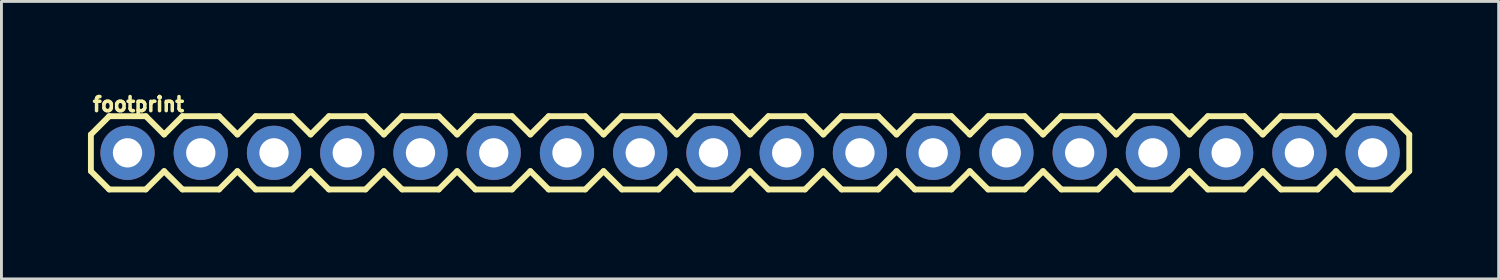
<source format=kicad_pcb>
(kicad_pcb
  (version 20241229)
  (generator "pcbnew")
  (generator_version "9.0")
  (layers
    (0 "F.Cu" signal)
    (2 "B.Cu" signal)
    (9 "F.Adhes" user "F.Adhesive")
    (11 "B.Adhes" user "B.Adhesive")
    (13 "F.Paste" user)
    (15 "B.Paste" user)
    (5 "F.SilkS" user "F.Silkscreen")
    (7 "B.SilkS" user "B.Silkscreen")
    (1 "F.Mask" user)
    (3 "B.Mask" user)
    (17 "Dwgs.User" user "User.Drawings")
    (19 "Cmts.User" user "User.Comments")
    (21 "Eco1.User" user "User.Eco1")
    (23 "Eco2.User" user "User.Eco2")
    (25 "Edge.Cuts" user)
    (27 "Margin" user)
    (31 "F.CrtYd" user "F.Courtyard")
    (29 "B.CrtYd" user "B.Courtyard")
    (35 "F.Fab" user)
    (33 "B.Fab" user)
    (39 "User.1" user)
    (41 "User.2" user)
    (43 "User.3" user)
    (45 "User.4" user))
  (footprint "footprint"
    (layer "F.Cu")
    (at 1.372 2.25)
    (property "Reference" "footprint" (at -1.27 -1.397 0) (layer "F.SilkS") (effects (font (size 0.488 0.488) (thickness 0.122)) (justify left bottom)))
    (fp_line (start -1.27 -0.635) (end -1.27 0.635) (stroke (width 0.203) (type solid)) (layer "F.SilkS"))
    (fp_line (start -1.27 0.635) (end -0.635 1.27) (stroke (width 0.203) (type solid)) (layer "F.SilkS"))
    (fp_line (start -0.635 -1.27) (end -1.27 -0.635) (stroke (width 0.203) (type solid)) (layer "F.SilkS"))
    (fp_line (start -0.635 -1.27) (end 0.635 -1.27) (stroke (width 0.203) (type solid)) (layer "F.SilkS"))
    (fp_line (start 0.635 -1.27) (end 1.27 -0.635) (stroke (width 0.203) (type solid)) (layer "F.SilkS"))
    (fp_line (start 0.635 1.27) (end -0.635 1.27) (stroke (width 0.203) (type solid)) (layer "F.SilkS"))
    (fp_line (start 1.27 -0.635) (end 1.905 -1.27) (stroke (width 0.203) (type solid)) (layer "F.SilkS"))
    (fp_line (start 1.27 0.635) (end 0.635 1.27) (stroke (width 0.203) (type solid)) (layer "F.SilkS"))
    (fp_line (start 1.905 -1.27) (end 3.175 -1.27) (stroke (width 0.203) (type solid)) (layer "F.SilkS"))
    (fp_line (start 1.905 1.27) (end 1.27 0.635) (stroke (width 0.203) (type solid)) (layer "F.SilkS"))
    (fp_line (start 3.175 -1.27) (end 3.81 -0.635) (stroke (width 0.203) (type solid)) (layer "F.SilkS"))
    (fp_line (start 3.175 1.27) (end 1.905 1.27) (stroke (width 0.203) (type solid)) (layer "F.SilkS"))
    (fp_line (start 3.81 -0.635) (end 4.445 -1.27) (stroke (width 0.203) (type solid)) (layer "F.SilkS"))
    (fp_line (start 3.81 0.635) (end 3.175 1.27) (stroke (width 0.203) (type solid)) (layer "F.SilkS"))
    (fp_line (start 4.445 -1.27) (end 5.715 -1.27) (stroke (width 0.203) (type solid)) (layer "F.SilkS"))
    (fp_line (start 4.445 1.27) (end 3.81 0.635) (stroke (width 0.203) (type solid)) (layer "F.SilkS"))
    (fp_line (start 5.715 -1.27) (end 6.35 -0.635) (stroke (width 0.203) (type solid)) (layer "F.SilkS"))
    (fp_line (start 5.715 1.27) (end 4.445 1.27) (stroke (width 0.203) (type solid)) (layer "F.SilkS"))
    (fp_line (start 6.35 0.635) (end 5.715 1.27) (stroke (width 0.203) (type solid)) (layer "F.SilkS"))
    (fp_line (start 6.35 0.635) (end 6.985 1.27) (stroke (width 0.203) (type solid)) (layer "F.SilkS"))
    (fp_line (start 6.985 -1.27) (end 6.35 -0.635) (stroke (width 0.203) (type solid)) (layer "F.SilkS"))
    (fp_line (start 6.985 -1.27) (end 8.255 -1.27) (stroke (width 0.203) (type solid)) (layer "F.SilkS"))
    (fp_line (start 8.255 -1.27) (end 8.89 -0.635) (stroke (width 0.203) (type solid)) (layer "F.SilkS"))
    (fp_line (start 8.255 1.27) (end 6.985 1.27) (stroke (width 0.203) (type solid)) (layer "F.SilkS"))
    (fp_line (start 8.89 -0.635) (end 9.525 -1.27) (stroke (width 0.203) (type solid)) (layer "F.SilkS"))
    (fp_line (start 8.89 0.635) (end 8.255 1.27) (stroke (width 0.203) (type solid)) (layer "F.SilkS"))
    (fp_line (start 9.525 -1.27) (end 10.795 -1.27) (stroke (width 0.203) (type solid)) (layer "F.SilkS"))
    (fp_line (start 9.525 1.27) (end 8.89 0.635) (stroke (width 0.203) (type solid)) (layer "F.SilkS"))
    (fp_line (start 10.795 -1.27) (end 11.43 -0.635) (stroke (width 0.203) (type solid)) (layer "F.SilkS"))
    (fp_line (start 10.795 1.27) (end 9.525 1.27) (stroke (width 0.203) (type solid)) (layer "F.SilkS"))
    (fp_line (start 11.43 -0.635) (end 12.065 -1.27) (stroke (width 0.203) (type solid)) (layer "F.SilkS"))
    (fp_line (start 11.43 0.635) (end 10.795 1.27) (stroke (width 0.203) (type solid)) (layer "F.SilkS"))
    (fp_line (start 12.065 -1.27) (end 13.335 -1.27) (stroke (width 0.203) (type solid)) (layer "F.SilkS"))
    (fp_line (start 12.065 1.27) (end 11.43 0.635) (stroke (width 0.203) (type solid)) (layer "F.SilkS"))
    (fp_line (start 13.335 -1.27) (end 13.97 -0.635) (stroke (width 0.203) (type solid)) (layer "F.SilkS"))
    (fp_line (start 13.335 1.27) (end 12.065 1.27) (stroke (width 0.203) (type solid)) (layer "F.SilkS"))
    (fp_line (start 13.97 0.635) (end 13.335 1.27) (stroke (width 0.203) (type solid)) (layer "F.SilkS"))
    (fp_line (start 13.97 0.635) (end 14.605 1.27) (stroke (width 0.203) (type solid)) (layer "F.SilkS"))
    (fp_line (start 14.605 -1.27) (end 13.97 -0.635) (stroke (width 0.203) (type solid)) (layer "F.SilkS"))
    (fp_line (start 14.605 -1.27) (end 15.875 -1.27) (stroke (width 0.203) (type solid)) (layer "F.SilkS"))
    (fp_line (start 15.875 -1.27) (end 16.51 -0.635) (stroke (width 0.203) (type solid)) (layer "F.SilkS"))
    (fp_line (start 15.875 1.27) (end 14.605 1.27) (stroke (width 0.203) (type solid)) (layer "F.SilkS"))
    (fp_line (start 16.51 0.635) (end 15.875 1.27) (stroke (width 0.203) (type solid)) (layer "F.SilkS"))
    (fp_line (start 16.51 0.635) (end 17.145 1.27) (stroke (width 0.203) (type solid)) (layer "F.SilkS"))
    (fp_line (start 17.145 -1.27) (end 16.51 -0.635) (stroke (width 0.203) (type solid)) (layer "F.SilkS"))
    (fp_line (start 17.145 -1.27) (end 18.415 -1.27) (stroke (width 0.203) (type solid)) (layer "F.SilkS"))
    (fp_line (start 18.415 -1.27) (end 19.05 -0.635) (stroke (width 0.203) (type solid)) (layer "F.SilkS"))
    (fp_line (start 18.415 1.27) (end 17.145 1.27) (stroke (width 0.203) (type solid)) (layer "F.SilkS"))
    (fp_line (start 19.05 -0.635) (end 19.685 -1.27) (stroke (width 0.203) (type solid)) (layer "F.SilkS"))
    (fp_line (start 19.05 0.635) (end 18.415 1.27) (stroke (width 0.203) (type solid)) (layer "F.SilkS"))
    (fp_line (start 19.685 -1.27) (end 20.955 -1.27) (stroke (width 0.203) (type solid)) (layer "F.SilkS"))
    (fp_line (start 19.685 1.27) (end 19.05 0.635) (stroke (width 0.203) (type solid)) (layer "F.SilkS"))
    (fp_line (start 20.955 -1.27) (end 21.59 -0.635) (stroke (width 0.203) (type solid)) (layer "F.SilkS"))
    (fp_line (start 20.955 1.27) (end 19.685 1.27) (stroke (width 0.203) (type solid)) (layer "F.SilkS"))
    (fp_line (start 21.59 -0.635) (end 22.225 -1.27) (stroke (width 0.203) (type solid)) (layer "F.SilkS"))
    (fp_line (start 21.59 0.635) (end 20.955 1.27) (stroke (width 0.203) (type solid)) (layer "F.SilkS"))
    (fp_line (start 22.225 -1.27) (end 23.495 -1.27) (stroke (width 0.203) (type solid)) (layer "F.SilkS"))
    (fp_line (start 22.225 1.27) (end 21.59 0.635) (stroke (width 0.203) (type solid)) (layer "F.SilkS"))
    (fp_line (start 23.495 -1.27) (end 24.13 -0.635) (stroke (width 0.203) (type solid)) (layer "F.SilkS"))
    (fp_line (start 23.495 1.27) (end 22.225 1.27) (stroke (width 0.203) (type solid)) (layer "F.SilkS"))
    (fp_line (start 24.13 0.635) (end 23.495 1.27) (stroke (width 0.203) (type solid)) (layer "F.SilkS"))
    (fp_line (start 24.13 0.635) (end 24.765 1.27) (stroke (width 0.203) (type solid)) (layer "F.SilkS"))
    (fp_line (start 24.765 -1.27) (end 24.13 -0.635) (stroke (width 0.203) (type solid)) (layer "F.SilkS"))
    (fp_line (start 24.765 -1.27) (end 26.035 -1.27) (stroke (width 0.203) (type solid)) (layer "F.SilkS"))
    (fp_line (start 26.035 -1.27) (end 26.67 -0.635) (stroke (width 0.203) (type solid)) (layer "F.SilkS"))
    (fp_line (start 26.035 1.27) (end 24.765 1.27) (stroke (width 0.203) (type solid)) (layer "F.SilkS"))
    (fp_line (start 26.67 -0.635) (end 27.305 -1.27) (stroke (width 0.203) (type solid)) (layer "F.SilkS"))
    (fp_line (start 26.67 0.635) (end 26.035 1.27) (stroke (width 0.203) (type solid)) (layer "F.SilkS"))
    (fp_line (start 27.305 -1.27) (end 28.575 -1.27) (stroke (width 0.203) (type solid)) (layer "F.SilkS"))
    (fp_line (start 27.305 1.27) (end 26.67 0.635) (stroke (width 0.203) (type solid)) (layer "F.SilkS"))
    (fp_line (start 28.575 -1.27) (end 29.21 -0.635) (stroke (width 0.203) (type solid)) (layer "F.SilkS"))
    (fp_line (start 28.575 1.27) (end 27.305 1.27) (stroke (width 0.203) (type solid)) (layer "F.SilkS"))
    (fp_line (start 29.21 -0.635) (end 29.845 -1.27) (stroke (width 0.203) (type solid)) (layer "F.SilkS"))
    (fp_line (start 29.21 0.635) (end 28.575 1.27) (stroke (width 0.203) (type solid)) (layer "F.SilkS"))
    (fp_line (start 29.845 -1.27) (end 31.115 -1.27) (stroke (width 0.203) (type solid)) (layer "F.SilkS"))
    (fp_line (start 29.845 1.27) (end 29.21 0.635) (stroke (width 0.203) (type solid)) (layer "F.SilkS"))
    (fp_line (start 31.115 -1.27) (end 31.75 -0.635) (stroke (width 0.203) (type solid)) (layer "F.SilkS"))
    (fp_line (start 31.115 1.27) (end 29.845 1.27) (stroke (width 0.203) (type solid)) (layer "F.SilkS"))
    (fp_line (start 31.75 0.635) (end 31.115 1.27) (stroke (width 0.203) (type solid)) (layer "F.SilkS"))
    (fp_line (start 31.75 0.635) (end 32.385 1.27) (stroke (width 0.203) (type solid)) (layer "F.SilkS"))
    (fp_line (start 32.385 -1.27) (end 31.75 -0.635) (stroke (width 0.203) (type solid)) (layer "F.SilkS"))
    (fp_line (start 32.385 -1.27) (end 33.655 -1.27) (stroke (width 0.203) (type solid)) (layer "F.SilkS"))
    (fp_line (start 33.655 -1.27) (end 34.29 -0.635) (stroke (width 0.203) (type solid)) (layer "F.SilkS"))
    (fp_line (start 33.655 1.27) (end 32.385 1.27) (stroke (width 0.203) (type solid)) (layer "F.SilkS"))
    (fp_line (start 34.29 0.635) (end 33.655 1.27) (stroke (width 0.203) (type solid)) (layer "F.SilkS"))
    (fp_line (start 34.29 0.635) (end 34.925 1.27) (stroke (width 0.203) (type solid)) (layer "F.SilkS"))
    (fp_line (start 34.925 -1.27) (end 34.29 -0.635) (stroke (width 0.203) (type solid)) (layer "F.SilkS"))
    (fp_line (start 34.925 -1.27) (end 36.195 -1.27) (stroke (width 0.203) (type solid)) (layer "F.SilkS"))
    (fp_line (start 36.195 -1.27) (end 36.83 -0.635) (stroke (width 0.203) (type solid)) (layer "F.SilkS"))
    (fp_line (start 36.195 1.27) (end 34.925 1.27) (stroke (width 0.203) (type solid)) (layer "F.SilkS"))
    (fp_line (start 36.83 0.635) (end 36.195 1.27) (stroke (width 0.203) (type solid)) (layer "F.SilkS"))
    (fp_line (start 36.83 0.635) (end 37.465 1.27) (stroke (width 0.203) (type solid)) (layer "F.SilkS"))
    (fp_line (start 37.465 -1.27) (end 36.83 -0.635) (stroke (width 0.203) (type solid)) (layer "F.SilkS"))
    (fp_line (start 37.465 -1.27) (end 38.735 -1.27) (stroke (width 0.203) (type solid)) (layer "F.SilkS"))
    (fp_line (start 38.735 -1.27) (end 39.37 -0.635) (stroke (width 0.203) (type solid)) (layer "F.SilkS"))
    (fp_line (start 38.735 1.27) (end 37.465 1.27) (stroke (width 0.203) (type solid)) (layer "F.SilkS"))
    (fp_line (start 39.37 0.635) (end 38.735 1.27) (stroke (width 0.203) (type solid)) (layer "F.SilkS"))
    (fp_line (start 39.37 0.635) (end 40.005 1.27) (stroke (width 0.203) (type solid)) (layer "F.SilkS"))
    (fp_line (start 40.005 -1.27) (end 39.37 -0.635) (stroke (width 0.203) (type solid)) (layer "F.SilkS"))
    (fp_line (start 40.005 -1.27) (end 41.275 -1.27) (stroke (width 0.203) (type solid)) (layer "F.SilkS"))
    (fp_line (start 41.275 -1.27) (end 41.91 -0.635) (stroke (width 0.203) (type solid)) (layer "F.SilkS"))
    (fp_line (start 41.275 1.27) (end 40.005 1.27) (stroke (width 0.203) (type solid)) (layer "F.SilkS"))
    (fp_line (start 41.91 0.635) (end 41.275 1.27) (stroke (width 0.203) (type solid)) (layer "F.SilkS"))
    (fp_line (start 41.91 0.635) (end 42.545 1.27) (stroke (width 0.203) (type solid)) (layer "F.SilkS"))
    (fp_line (start 42.545 -1.27) (end 41.91 -0.635) (stroke (width 0.203) (type solid)) (layer "F.SilkS"))
    (fp_line (start 42.545 -1.27) (end 43.815 -1.27) (stroke (width 0.203) (type solid)) (layer "F.SilkS"))
    (fp_line (start 43.815 -1.27) (end 44.45 -0.635) (stroke (width 0.203) (type solid)) (layer "F.SilkS"))
    (fp_line (start 43.815 1.27) (end 42.545 1.27) (stroke (width 0.203) (type solid)) (layer "F.SilkS"))
    (fp_line (start 44.45 -0.635) (end 44.45 0.635) (stroke (width 0.203) (type solid)) (layer "F.SilkS"))
    (fp_line (start 44.45 0.635) (end 43.815 1.27) (stroke (width 0.203) (type solid)) (layer "F.SilkS"))
    (fp_poly (pts (xy -0.254 0.254) (xy 0.254 0.254) (xy 0.254 -0.254) (xy -0.254 -0.254)) (stroke (width 0.1) (type solid)) (fill no) (layer "F.Fab"))
    (fp_poly (pts (xy 2.286 0.254) (xy 2.794 0.254) (xy 2.794 -0.254) (xy 2.286 -0.254)) (stroke (width 0.1) (type solid)) (fill no) (layer "F.Fab"))
    (fp_poly (pts (xy 4.826 0.254) (xy 5.334 0.254) (xy 5.334 -0.254) (xy 4.826 -0.254)) (stroke (width 0.1) (type solid)) (fill no) (layer "F.Fab"))
    (fp_poly (pts (xy 7.366 0.254) (xy 7.874 0.254) (xy 7.874 -0.254) (xy 7.366 -0.254)) (stroke (width 0.1) (type solid)) (fill no) (layer "F.Fab"))
    (fp_poly (pts (xy 9.906 0.254) (xy 10.414 0.254) (xy 10.414 -0.254) (xy 9.906 -0.254)) (stroke (width 0.1) (type solid)) (fill no) (layer "F.Fab"))
    (fp_poly (pts (xy 12.446 0.254) (xy 12.954 0.254) (xy 12.954 -0.254) (xy 12.446 -0.254)) (stroke (width 0.1) (type solid)) (fill no) (layer "F.Fab"))
    (fp_poly (pts (xy 14.986 0.254) (xy 15.494 0.254) (xy 15.494 -0.254) (xy 14.986 -0.254)) (stroke (width 0.1) (type solid)) (fill no) (layer "F.Fab"))
    (fp_poly (pts (xy 17.526 0.254) (xy 18.034 0.254) (xy 18.034 -0.254) (xy 17.526 -0.254)) (stroke (width 0.1) (type solid)) (fill no) (layer "F.Fab"))
    (fp_poly (pts (xy 20.066 0.254) (xy 20.574 0.254) (xy 20.574 -0.254) (xy 20.066 -0.254)) (stroke (width 0.1) (type solid)) (fill no) (layer "F.Fab"))
    (fp_poly (pts (xy 22.606 0.254) (xy 23.114 0.254) (xy 23.114 -0.254) (xy 22.606 -0.254)) (stroke (width 0.1) (type solid)) (fill no) (layer "F.Fab"))
    (fp_poly (pts (xy 25.146 0.254) (xy 25.654 0.254) (xy 25.654 -0.254) (xy 25.146 -0.254)) (stroke (width 0.1) (type solid)) (fill no) (layer "F.Fab"))
    (fp_poly (pts (xy 27.686 0.254) (xy 28.194 0.254) (xy 28.194 -0.254) (xy 27.686 -0.254)) (stroke (width 0.1) (type solid)) (fill no) (layer "F.Fab"))
    (fp_poly (pts (xy 30.226 0.254) (xy 30.734 0.254) (xy 30.734 -0.254) (xy 30.226 -0.254)) (stroke (width 0.1) (type solid)) (fill no) (layer "F.Fab"))
    (fp_poly (pts (xy 32.766 0.254) (xy 33.274 0.254) (xy 33.274 -0.254) (xy 32.766 -0.254)) (stroke (width 0.1) (type solid)) (fill no) (layer "F.Fab"))
    (fp_poly (pts (xy 35.306 0.254) (xy 35.814 0.254) (xy 35.814 -0.254) (xy 35.306 -0.254)) (stroke (width 0.1) (type solid)) (fill no) (layer "F.Fab"))
    (fp_poly (pts (xy 37.846 0.254) (xy 38.354 0.254) (xy 38.354 -0.254) (xy 37.846 -0.254)) (stroke (width 0.1) (type solid)) (fill no) (layer "F.Fab"))
    (fp_poly (pts (xy 40.386 0.254) (xy 40.894 0.254) (xy 40.894 -0.254) (xy 40.386 -0.254)) (stroke (width 0.1) (type solid)) (fill no) (layer "F.Fab"))
    (fp_poly (pts (xy 42.926 0.254) (xy 43.434 0.254) (xy 43.434 -0.254) (xy 42.926 -0.254)) (stroke (width 0.1) (type solid)) (fill no) (layer "F.Fab"))
    (pad "1" thru_hole circle (at 0 0 90) (size 1.88 1.88) (drill 1.016) (layers "*.Cu" "*.Mask"))
    (pad "2" thru_hole circle (at 2.54 0 90) (size 1.88 1.88) (drill 1.016) (layers "*.Cu" "*.Mask"))
    (pad "3" thru_hole circle (at 5.08 0 90) (size 1.88 1.88) (drill 1.016) (layers "*.Cu" "*.Mask"))
    (pad "4" thru_hole circle (at 7.62 0 90) (size 1.88 1.88) (drill 1.016) (layers "*.Cu" "*.Mask"))
    (pad "5" thru_hole circle (at 10.16 0 90) (size 1.88 1.88) (drill 1.016) (layers "*.Cu" "*.Mask"))
    (pad "6" thru_hole circle (at 12.7 0 90) (size 1.88 1.88) (drill 1.016) (layers "*.Cu" "*.Mask"))
    (pad "7" thru_hole circle (at 15.24 0 90) (size 1.88 1.88) (drill 1.016) (layers "*.Cu" "*.Mask"))
    (pad "8" thru_hole circle (at 17.78 0 90) (size 1.88 1.88) (drill 1.016) (layers "*.Cu" "*.Mask"))
    (pad "9" thru_hole circle (at 20.32 0 90) (size 1.88 1.88) (drill 1.016) (layers "*.Cu" "*.Mask"))
    (pad "10" thru_hole circle (at 22.86 0 90) (size 1.88 1.88) (drill 1.016) (layers "*.Cu" "*.Mask"))
    (pad "11" thru_hole circle (at 25.4 0 90) (size 1.88 1.88) (drill 1.016) (layers "*.Cu" "*.Mask"))
    (pad "12" thru_hole circle (at 27.94 0 90) (size 1.88 1.88) (drill 1.016) (layers "*.Cu" "*.Mask"))
    (pad "13" thru_hole circle (at 30.48 0 90) (size 1.88 1.88) (drill 1.016) (layers "*.Cu" "*.Mask"))
    (pad "14" thru_hole circle (at 33.02 0 90) (size 1.88 1.88) (drill 1.016) (layers "*.Cu" "*.Mask"))
    (pad "15" thru_hole circle (at 35.56 0 90) (size 1.88 1.88) (drill 1.016) (layers "*.Cu" "*.Mask"))
    (pad "16" thru_hole circle (at 38.1 0 90) (size 1.88 1.88) (drill 1.016) (layers "*.Cu" "*.Mask"))
    (pad "17" thru_hole circle (at 40.64 0 90) (size 1.88 1.88) (drill 1.016) (layers "*.Cu" "*.Mask"))
    (pad "18" thru_hole circle (at 43.18 0 90) (size 1.88 1.88) (drill 1.016) (layers "*.Cu" "*.Mask")))
  (gr_rect
    (start -3 -3)
    (end 48.923 6.622)
    (stroke (width 0.1) (type default))
    (fill no)
    (layer "Edge.Cuts")))
</source>
